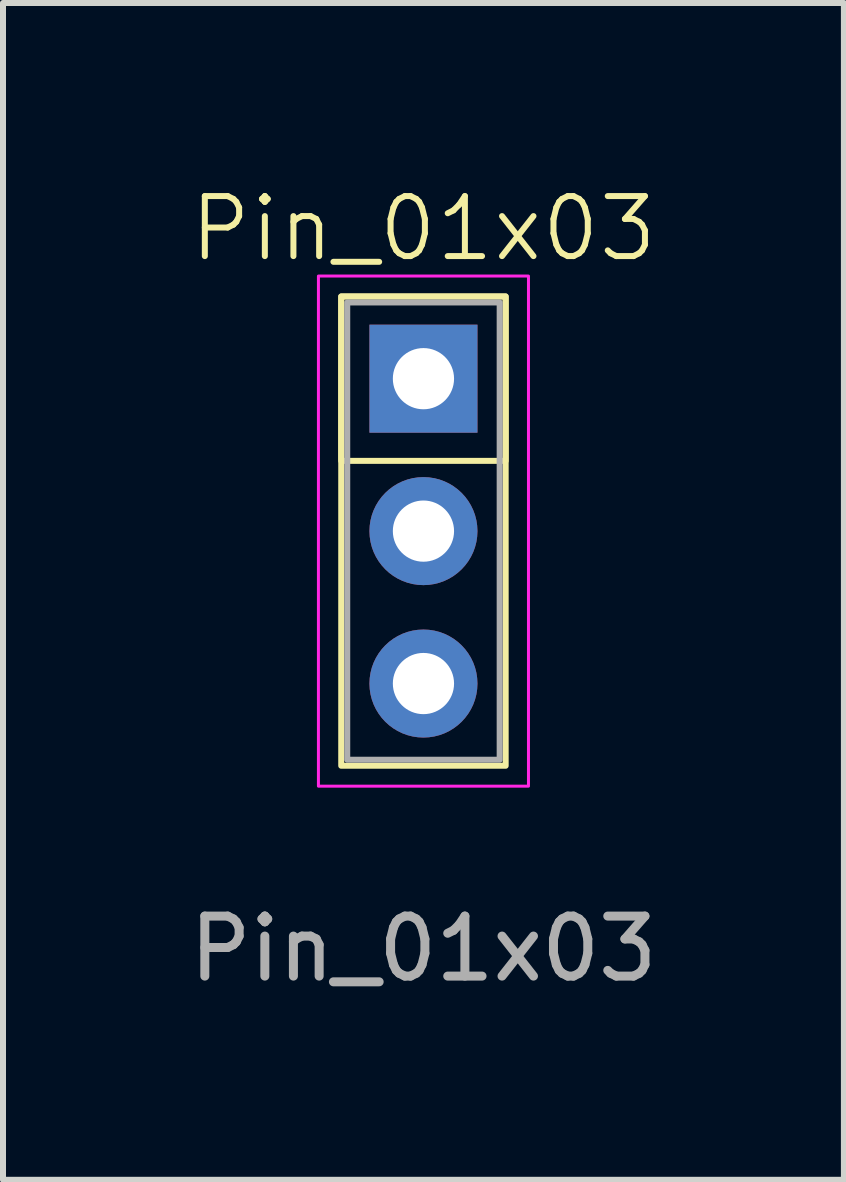
<source format=kicad_pcb>
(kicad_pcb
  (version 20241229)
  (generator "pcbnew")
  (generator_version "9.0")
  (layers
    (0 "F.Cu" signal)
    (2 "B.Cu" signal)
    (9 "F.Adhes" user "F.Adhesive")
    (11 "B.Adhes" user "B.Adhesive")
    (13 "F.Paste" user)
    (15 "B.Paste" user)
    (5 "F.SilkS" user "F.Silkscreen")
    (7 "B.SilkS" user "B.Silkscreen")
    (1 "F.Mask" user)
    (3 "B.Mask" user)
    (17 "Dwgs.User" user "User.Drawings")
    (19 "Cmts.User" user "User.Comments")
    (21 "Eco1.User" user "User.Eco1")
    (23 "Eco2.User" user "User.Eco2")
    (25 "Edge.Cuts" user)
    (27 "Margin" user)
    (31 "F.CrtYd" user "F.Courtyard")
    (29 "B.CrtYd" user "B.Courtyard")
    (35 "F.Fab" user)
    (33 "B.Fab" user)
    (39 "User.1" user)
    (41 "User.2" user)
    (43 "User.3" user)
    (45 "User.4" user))
  (footprint "Pin_01x03"
    (layer "F.Cu")
    (at 4.006 3.26)
    (property "Reference" "Pin_01x03" (at 0 -2.5 0) (unlocked yes) (layer "F.SilkS") (effects (font (size 1 1) (thickness 0.1))))
    (attr through_hole)
    (fp_rect (start -1.37 -1.37) (end 1.37 1.37) (stroke (width 0.1) (type solid)) (fill no) (layer "F.SilkS"))
    (fp_rect (start -1.37 -1.37) (end 1.37 6.45) (stroke (width 0.1) (type solid)) (fill no) (layer "F.SilkS"))
    (fp_rect (start -1.75 -1.71) (end 1.75 6.79) (stroke (width 0.05) (type solid)) (fill no) (layer "F.CrtYd"))
    (fp_rect (start -1.27 -1.27) (end 1.27 6.35) (stroke (width 0.1) (type solid)) (fill no) (layer "F.Fab"))
    (fp_text user "${REFERENCE}" (at 0 9.5 0) (unlocked yes) (layer "F.Fab") (effects (font (size 1 1) (thickness 0.15))))
    (pad "1" thru_hole rect (at 0 0 270) (size 1.8 1.8) (drill 1.02) (layers "*.Cu" "*.Mask"))
    (pad "2" thru_hole circle (at 0 2.54 270) (size 1.8 1.8) (drill 1.02) (layers "*.Cu" "*.Mask"))
    (pad "3" thru_hole circle (at 0 5.08 270) (size 1.8 1.8) (drill 1.02) (layers "*.Cu" "*.Mask")))
  (gr_rect
    (start -3 -3)
    (end 11.012 16.609)
    (stroke (width 0.1) (type default))
    (fill no)
    (layer "Edge.Cuts")))
</source>
